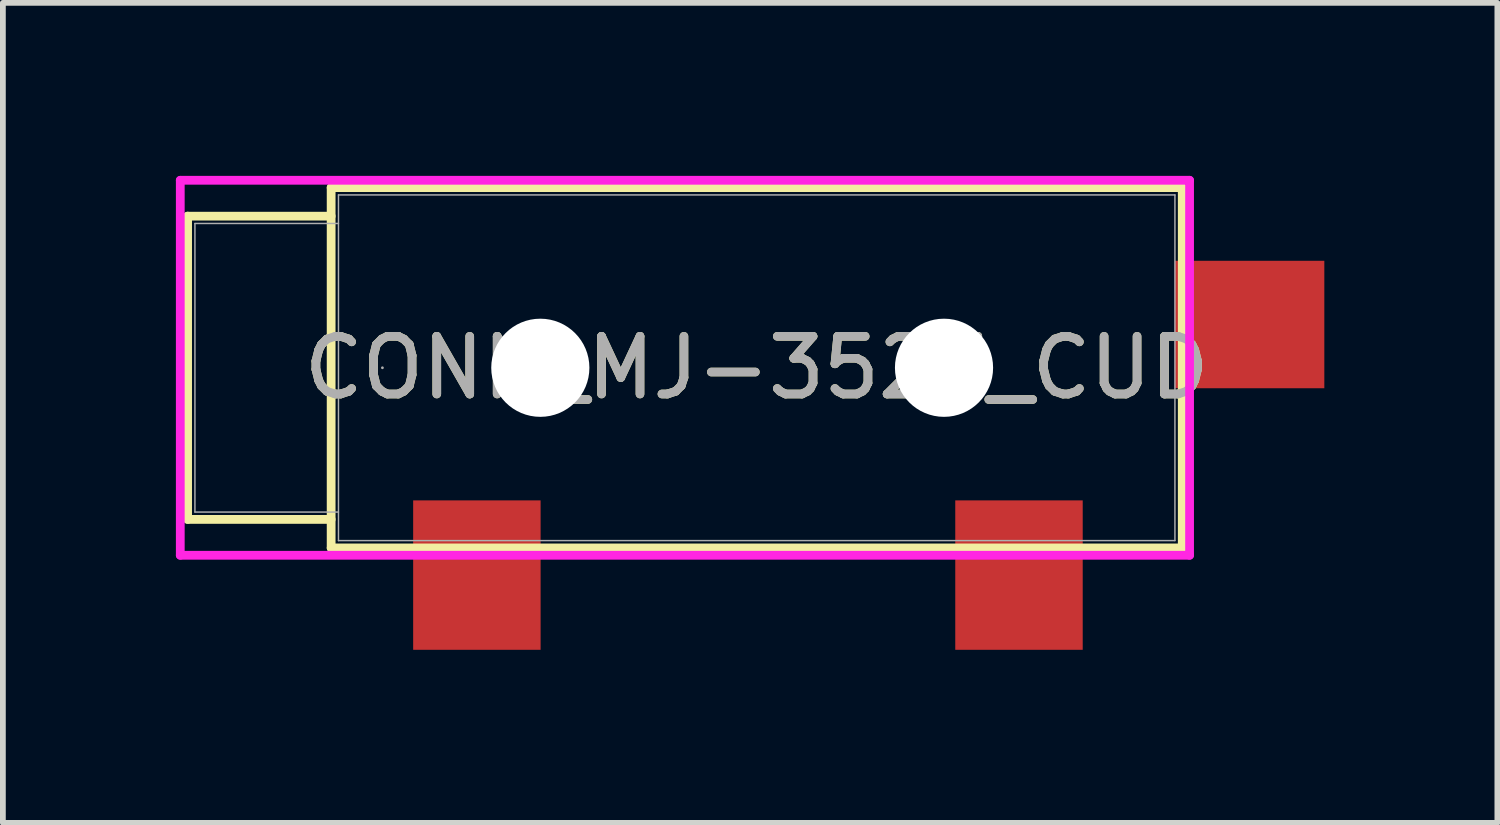
<source format=kicad_pcb>
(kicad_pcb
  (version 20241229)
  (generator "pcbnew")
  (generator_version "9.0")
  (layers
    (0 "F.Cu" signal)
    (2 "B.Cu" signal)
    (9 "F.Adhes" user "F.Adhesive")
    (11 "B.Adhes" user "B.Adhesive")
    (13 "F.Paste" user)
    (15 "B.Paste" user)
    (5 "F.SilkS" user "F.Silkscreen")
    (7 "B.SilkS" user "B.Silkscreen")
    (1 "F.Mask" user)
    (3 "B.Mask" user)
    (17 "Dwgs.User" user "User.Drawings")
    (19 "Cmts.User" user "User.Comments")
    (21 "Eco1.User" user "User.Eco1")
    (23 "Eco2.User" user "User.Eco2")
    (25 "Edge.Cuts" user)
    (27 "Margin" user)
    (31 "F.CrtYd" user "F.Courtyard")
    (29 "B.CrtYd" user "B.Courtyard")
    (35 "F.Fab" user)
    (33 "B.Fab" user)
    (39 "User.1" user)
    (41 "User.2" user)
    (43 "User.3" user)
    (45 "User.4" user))
  (footprint "CONN_MJ-3523_CUD"
    (layer "F.Cu")
    (at 10.071 3.327)
    (property "Reference" "CONN_MJ-3523_CUD" (at 0 0 0) (unlocked yes) (layer "F.SilkS") (effects (font (size 1 1) (thickness 0.15))))
    (attr smd)
    (fp_line (start -9.868 -2.629) (end -9.868 2.629) (stroke (width 0.152) (type solid)) (layer "F.SilkS"))
    (fp_line (start -9.868 2.629) (end -7.379 2.629) (stroke (width 0.152) (type solid)) (layer "F.SilkS"))
    (fp_line (start -7.379 -3.124) (end -7.379 3.124) (stroke (width 0.152) (type solid)) (layer "F.SilkS"))
    (fp_line (start -7.379 -2.629) (end -9.868 -2.629) (stroke (width 0.152) (type solid)) (layer "F.SilkS"))
    (fp_line (start -7.379 3.124) (end 7.379 3.124) (stroke (width 0.152) (type solid)) (layer "F.SilkS"))
    (fp_line (start 7.379 -3.124) (end -7.379 -3.124) (stroke (width 0.152) (type solid)) (layer "F.SilkS"))
    (fp_line (start 7.379 3.124) (end 7.379 -3.124) (stroke (width 0.152) (type solid)) (layer "F.SilkS"))
    (fp_line (start -9.995 -3.251) (end 7.506 -3.251) (stroke (width 0.152) (type solid)) (layer "F.CrtYd"))
    (fp_line (start -9.995 3.251) (end -9.995 -3.251) (stroke (width 0.152) (type solid)) (layer "F.CrtYd"))
    (fp_line (start 7.506 -3.251) (end 7.506 3.251) (stroke (width 0.152) (type solid)) (layer "F.CrtYd"))
    (fp_line (start 7.506 3.251) (end -9.995 3.251) (stroke (width 0.152) (type solid)) (layer "F.CrtYd"))
    (fp_line (start -9.741 -2.502) (end -9.741 2.502) (stroke (width 0.025) (type solid)) (layer "F.Fab"))
    (fp_line (start -9.741 2.502) (end -7.252 2.502) (stroke (width 0.025) (type solid)) (layer "F.Fab"))
    (fp_line (start -7.252 -2.997) (end -7.252 2.997) (stroke (width 0.025) (type solid)) (layer "F.Fab"))
    (fp_line (start -7.252 -2.502) (end -9.741 -2.502) (stroke (width 0.025) (type solid)) (layer "F.Fab"))
    (fp_line (start -7.252 2.997) (end 7.252 2.997) (stroke (width 0.025) (type solid)) (layer "F.Fab"))
    (fp_line (start 7.252 -2.997) (end -7.252 -2.997) (stroke (width 0.025) (type solid)) (layer "F.Fab"))
    (fp_line (start 7.252 2.997) (end 7.252 -2.997) (stroke (width 0.025) (type solid)) (layer "F.Fab"))
    (fp_circle (center -6.49 0) (end -6.49 0) (stroke (width 0.025) (type solid)) (fill no) (layer "F.Fab"))
    (fp_text user "${REFERENCE}" (at 0 0 0) (unlocked yes) (layer "F.Fab") (effects (font (size 1 1) (thickness 0.15))))
    (pad "" np_thru_hole circle (at -3.752 0) (size 1.702 1.702) (drill 1.702) (layers "*.Cu" "*.Mask"))
    (pad "" np_thru_hole circle (at 3.248 0) (size 1.702 1.702) (drill 1.702) (layers "*.Cu" "*.Mask"))
    (pad "1" smd rect (at -4.852 3.595) (size 2.21 2.591) (layers "F.Cu" "F.Mask" "F.Paste"))
    (pad "2" smd rect (at 4.548 3.595) (size 2.21 2.591) (layers "F.Cu" "F.Mask" "F.Paste"))
    (pad "10" smd rect (at 8.547 -0.75) (size 2.591 2.21) (layers "F.Cu" "F.Mask" "F.Paste")))
  (gr_rect
    (start -3 -3)
    (end 22.914 11.218)
    (stroke (width 0.1) (type default))
    (fill no)
    (layer "Edge.Cuts")))
</source>
